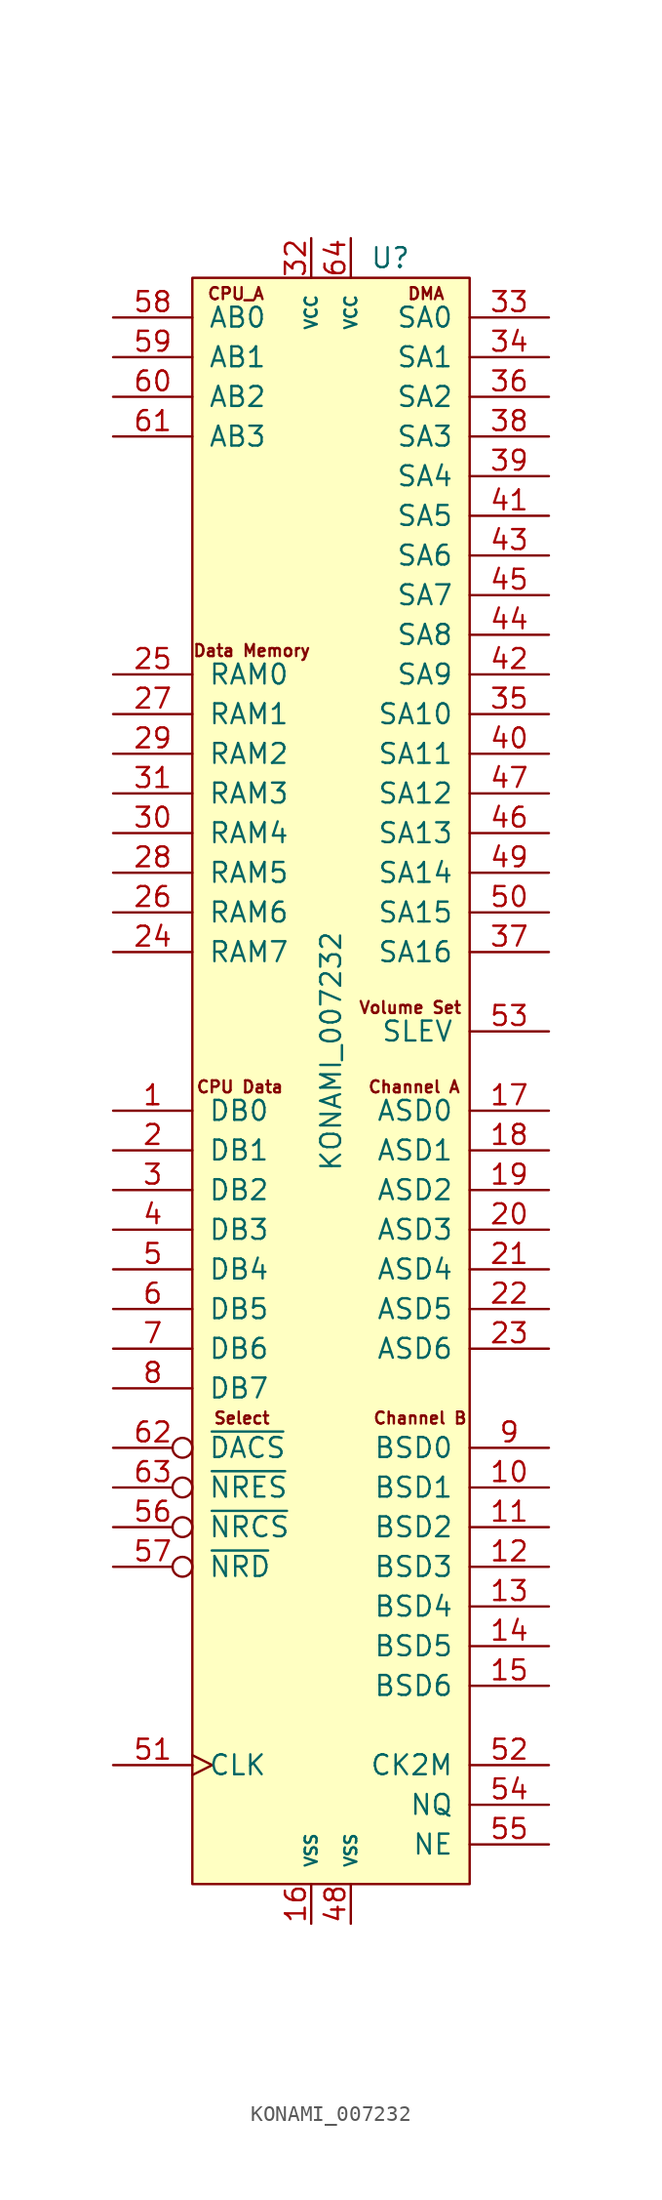
<source format=kicad_sym>
(kicad_symbol_lib
  (version 20211014)
  (generator kicad_symbol_editor)
  (symbol "KONAMI_007232"
    (pin_names
      (offset 1.016))
    (property "Reference" "U"
      (at 3.81 53.34 0)
      (effects (font (size 1.27 1.27))))
    (property "Value" "KONAMI_007232"
      (at 0 2.54 90)
      (effects (font (size 1.27 1.27))))
    (symbol "KONAMI_007232_0_0"
      (rectangle (start -8.89 52.07) (end 8.89 -50.8) (stroke (width 0) (type default) (color 0 0 0 0)) (fill (type background)))
      (text "Channel A" (at 5.334 0.254 0) (effects (font (size 0.762 0.762))))
      (text "Channel B" (at 5.715 -20.955 0) (effects (font (size 0.762 0.762))))
      (text "CPU Data" (at -5.842 0.254 0) (effects (font (size 0.762 0.762))))
      (text "CPU_A" (at -6.096 51.054 0) (effects (font (size 0.762 0.762))))
      (text "Data Memory" (at -5.08 28.194 0) (effects (font (size 0.762 0.762))))
      (text "DMA" (at 6.096 51.054 0) (effects (font (size 0.762 0.762))))
      (text "Select" (at -5.715 -20.955 0) (effects (font (size 0.762 0.762))))
      (text "Volume Set" (at 5.08 5.334 0) (effects (font (size 0.762 0.762))))
      (pin bidirectional line (at -13.97 -1.27 0) (length 5.08) (name "DB0" (effects (font (size 1.27 1.27)))) (number "1" (effects (font (size 1.27 1.27)))))
      (pin output line (at 13.97 -25.4 180) (length 5.08) (name "BSD1" (effects (font (size 1.27 1.27)))) (number "10" (effects (font (size 1.27 1.27)))))
      (pin output line (at 13.97 -27.94 180) (length 5.08) (name "BSD2" (effects (font (size 1.27 1.27)))) (number "11" (effects (font (size 1.27 1.27)))))
      (pin output line (at 13.97 -30.48 180) (length 5.08) (name "BSD3" (effects (font (size 1.27 1.27)))) (number "12" (effects (font (size 1.27 1.27)))))
      (pin output line (at 13.97 -33.02 180) (length 5.08) (name "BSD4" (effects (font (size 1.27 1.27)))) (number "13" (effects (font (size 1.27 1.27)))))
      (pin output line (at 13.97 -35.56 180) (length 5.08) (name "BSD5" (effects (font (size 1.27 1.27)))) (number "14" (effects (font (size 1.27 1.27)))))
      (pin output line (at 13.97 -38.1 180) (length 5.08) (name "BSD6" (effects (font (size 1.27 1.27)))) (number "15" (effects (font (size 1.27 1.27)))))
      (pin power_in line (at -1.27 -53.34 90) (length 2.54) (name "VSS" (effects (font (size 0.762 0.762)))) (number "16" (effects (font (size 1.27 1.27)))))
      (pin output line (at 13.97 -1.27 180) (length 5.08) (name "ASD0" (effects (font (size 1.27 1.27)))) (number "17" (effects (font (size 1.27 1.27)))))
      (pin output line (at 13.97 -3.81 180) (length 5.08) (name "ASD1" (effects (font (size 1.27 1.27)))) (number "18" (effects (font (size 1.27 1.27)))))
      (pin output line (at 13.97 -6.35 180) (length 5.08) (name "ASD2" (effects (font (size 1.27 1.27)))) (number "19" (effects (font (size 1.27 1.27)))))
      (pin bidirectional line (at -13.97 -3.81 0) (length 5.08) (name "DB1" (effects (font (size 1.27 1.27)))) (number "2" (effects (font (size 1.27 1.27)))))
      (pin output line (at 13.97 -8.89 180) (length 5.08) (name "ASD3" (effects (font (size 1.27 1.27)))) (number "20" (effects (font (size 1.27 1.27)))))
      (pin output line (at 13.97 -11.43 180) (length 5.08) (name "ASD4" (effects (font (size 1.27 1.27)))) (number "21" (effects (font (size 1.27 1.27)))))
      (pin output line (at 13.97 -13.97 180) (length 5.08) (name "ASD5" (effects (font (size 1.27 1.27)))) (number "22" (effects (font (size 1.27 1.27)))))
      (pin output line (at 13.97 -16.51 180) (length 5.08) (name "ASD6" (effects (font (size 1.27 1.27)))) (number "23" (effects (font (size 1.27 1.27)))))
      (pin bidirectional line (at -13.97 8.89 0) (length 5.08) (name "RAM7" (effects (font (size 1.27 1.27)))) (number "24" (effects (font (size 1.27 1.27)))))
      (pin bidirectional line (at -13.97 26.67 0) (length 5.08) (name "RAM0" (effects (font (size 1.27 1.27)))) (number "25" (effects (font (size 1.27 1.27)))))
      (pin bidirectional line (at -13.97 11.43 0) (length 5.08) (name "RAM6" (effects (font (size 1.27 1.27)))) (number "26" (effects (font (size 1.27 1.27)))))
      (pin bidirectional line (at -13.97 24.13 0) (length 5.08) (name "RAM1" (effects (font (size 1.27 1.27)))) (number "27" (effects (font (size 1.27 1.27)))))
      (pin bidirectional line (at -13.97 13.97 0) (length 5.08) (name "RAM5" (effects (font (size 1.27 1.27)))) (number "28" (effects (font (size 1.27 1.27)))))
      (pin bidirectional line (at -13.97 21.59 0) (length 5.08) (name "RAM2" (effects (font (size 1.27 1.27)))) (number "29" (effects (font (size 1.27 1.27)))))
      (pin bidirectional line (at -13.97 -6.35 0) (length 5.08) (name "DB2" (effects (font (size 1.27 1.27)))) (number "3" (effects (font (size 1.27 1.27)))))
      (pin bidirectional line (at -13.97 16.51 0) (length 5.08) (name "RAM4" (effects (font (size 1.27 1.27)))) (number "30" (effects (font (size 1.27 1.27)))))
      (pin bidirectional line (at -13.97 19.05 0) (length 5.08) (name "RAM3" (effects (font (size 1.27 1.27)))) (number "31" (effects (font (size 1.27 1.27)))))
      (pin power_in line (at -1.27 54.61 270) (length 2.54) (name "VCC" (effects (font (size 0.762 0.762)))) (number "32" (effects (font (size 1.27 1.27)))))
      (pin output line (at 13.97 49.53 180) (length 5.08) (name "SA0" (effects (font (size 1.27 1.27)))) (number "33" (effects (font (size 1.27 1.27)))))
      (pin output line (at 13.97 46.99 180) (length 5.08) (name "SA1" (effects (font (size 1.27 1.27)))) (number "34" (effects (font (size 1.27 1.27)))))
      (pin output line (at 13.97 24.13 180) (length 5.08) (name "SA10" (effects (font (size 1.27 1.27)))) (number "35" (effects (font (size 1.27 1.27)))))
      (pin output line (at 13.97 44.45 180) (length 5.08) (name "SA2" (effects (font (size 1.27 1.27)))) (number "36" (effects (font (size 1.27 1.27)))))
      (pin output line (at 13.97 8.89 180) (length 5.08) (name "SA16" (effects (font (size 1.27 1.27)))) (number "37" (effects (font (size 1.27 1.27)))))
      (pin output line (at 13.97 41.91 180) (length 5.08) (name "SA3" (effects (font (size 1.27 1.27)))) (number "38" (effects (font (size 1.27 1.27)))))
      (pin output line (at 13.97 39.37 180) (length 5.08) (name "SA4" (effects (font (size 1.27 1.27)))) (number "39" (effects (font (size 1.27 1.27)))))
      (pin bidirectional line (at -13.97 -8.89 0) (length 5.08) (name "DB3" (effects (font (size 1.27 1.27)))) (number "4" (effects (font (size 1.27 1.27)))))
      (pin output line (at 13.97 21.59 180) (length 5.08) (name "SA11" (effects (font (size 1.27 1.27)))) (number "40" (effects (font (size 1.27 1.27)))))
      (pin output line (at 13.97 36.83 180) (length 5.08) (name "SA5" (effects (font (size 1.27 1.27)))) (number "41" (effects (font (size 1.27 1.27)))))
      (pin output line (at 13.97 26.67 180) (length 5.08) (name "SA9" (effects (font (size 1.27 1.27)))) (number "42" (effects (font (size 1.27 1.27)))))
      (pin output line (at 13.97 34.29 180) (length 5.08) (name "SA6" (effects (font (size 1.27 1.27)))) (number "43" (effects (font (size 1.27 1.27)))))
      (pin output line (at 13.97 29.21 180) (length 5.08) (name "SA8" (effects (font (size 1.27 1.27)))) (number "44" (effects (font (size 1.27 1.27)))))
      (pin output line (at 13.97 31.75 180) (length 5.08) (name "SA7" (effects (font (size 1.27 1.27)))) (number "45" (effects (font (size 1.27 1.27)))))
      (pin output line (at 13.97 16.51 180) (length 5.08) (name "SA13" (effects (font (size 1.27 1.27)))) (number "46" (effects (font (size 1.27 1.27)))))
      (pin output line (at 13.97 19.05 180) (length 5.08) (name "SA12" (effects (font (size 1.27 1.27)))) (number "47" (effects (font (size 1.27 1.27)))))
      (pin power_in line (at 1.27 -53.34 90) (length 2.54) (name "VSS" (effects (font (size 0.762 0.762)))) (number "48" (effects (font (size 1.27 1.27)))))
      (pin output line (at 13.97 13.97 180) (length 5.08) (name "SA14" (effects (font (size 1.27 1.27)))) (number "49" (effects (font (size 1.27 1.27)))))
      (pin bidirectional line (at -13.97 -11.43 0) (length 5.08) (name "DB4" (effects (font (size 1.27 1.27)))) (number "5" (effects (font (size 1.27 1.27)))))
      (pin output line (at 13.97 11.43 180) (length 5.08) (name "SA15" (effects (font (size 1.27 1.27)))) (number "50" (effects (font (size 1.27 1.27)))))
      (pin input clock (at -13.97 -43.18 0) (length 5.08) (name "CLK" (effects (font (size 1.27 1.27)))) (number "51" (effects (font (size 1.27 1.27)))))
      (pin output line (at 13.97 -43.18 180) (length 5.08) (name "CK2M" (effects (font (size 1.27 1.27)))) (number "52" (effects (font (size 1.27 1.27)))))
      (pin output line (at 13.97 3.81 180) (length 5.08) (name "SLEV" (effects (font (size 1.27 1.27)))) (number "53" (effects (font (size 1.27 1.27)))))
      (pin output line (at 13.97 -45.72 180) (length 5.08) (name "NQ" (effects (font (size 1.27 1.27)))) (number "54" (effects (font (size 1.27 1.27)))))
      (pin output line (at 13.97 -48.26 180) (length 5.08) (name "NE" (effects (font (size 1.27 1.27)))) (number "55" (effects (font (size 1.27 1.27)))))
      (pin input inverted (at -13.97 -27.94 0) (length 5.08) (name "~{NRCS}" (effects (font (size 1.27 1.27)))) (number "56" (effects (font (size 1.27 1.27)))))
      (pin input inverted (at -13.97 -30.48 0) (length 5.08) (name "~{NRD}" (effects (font (size 1.27 1.27)))) (number "57" (effects (font (size 1.27 1.27)))))
      (pin input line (at -13.97 49.53 0) (length 5.08) (name "AB0" (effects (font (size 1.27 1.27)))) (number "58" (effects (font (size 1.27 1.27)))))
      (pin input line (at -13.97 46.99 0) (length 5.08) (name "AB1" (effects (font (size 1.27 1.27)))) (number "59" (effects (font (size 1.27 1.27)))))
      (pin bidirectional line (at -13.97 -13.97 0) (length 5.08) (name "DB5" (effects (font (size 1.27 1.27)))) (number "6" (effects (font (size 1.27 1.27)))))
      (pin input line (at -13.97 44.45 0) (length 5.08) (name "AB2" (effects (font (size 1.27 1.27)))) (number "60" (effects (font (size 1.27 1.27)))))
      (pin input line (at -13.97 41.91 0) (length 5.08) (name "AB3" (effects (font (size 1.27 1.27)))) (number "61" (effects (font (size 1.27 1.27)))))
      (pin input inverted (at -13.97 -22.86 0) (length 5.08) (name "~{DACS}" (effects (font (size 1.27 1.27)))) (number "62" (effects (font (size 1.27 1.27)))))
      (pin input inverted (at -13.97 -25.4 0) (length 5.08) (name "~{NRES}" (effects (font (size 1.27 1.27)))) (number "63" (effects (font (size 1.27 1.27)))))
      (pin power_in line (at 1.27 54.61 270) (length 2.54) (name "VCC" (effects (font (size 0.762 0.762)))) (number "64" (effects (font (size 1.27 1.27)))))
      (pin bidirectional line (at -13.97 -16.51 0) (length 5.08) (name "DB6" (effects (font (size 1.27 1.27)))) (number "7" (effects (font (size 1.27 1.27)))))
      (pin bidirectional line (at -13.97 -19.05 0) (length 5.08) (name "DB7" (effects (font (size 1.27 1.27)))) (number "8" (effects (font (size 1.27 1.27)))))
      (pin output line (at 13.97 -22.86 180) (length 5.08) (name "BSD0" (effects (font (size 1.27 1.27)))) (number "9" (effects (font (size 1.27 1.27))))))))
</source>
